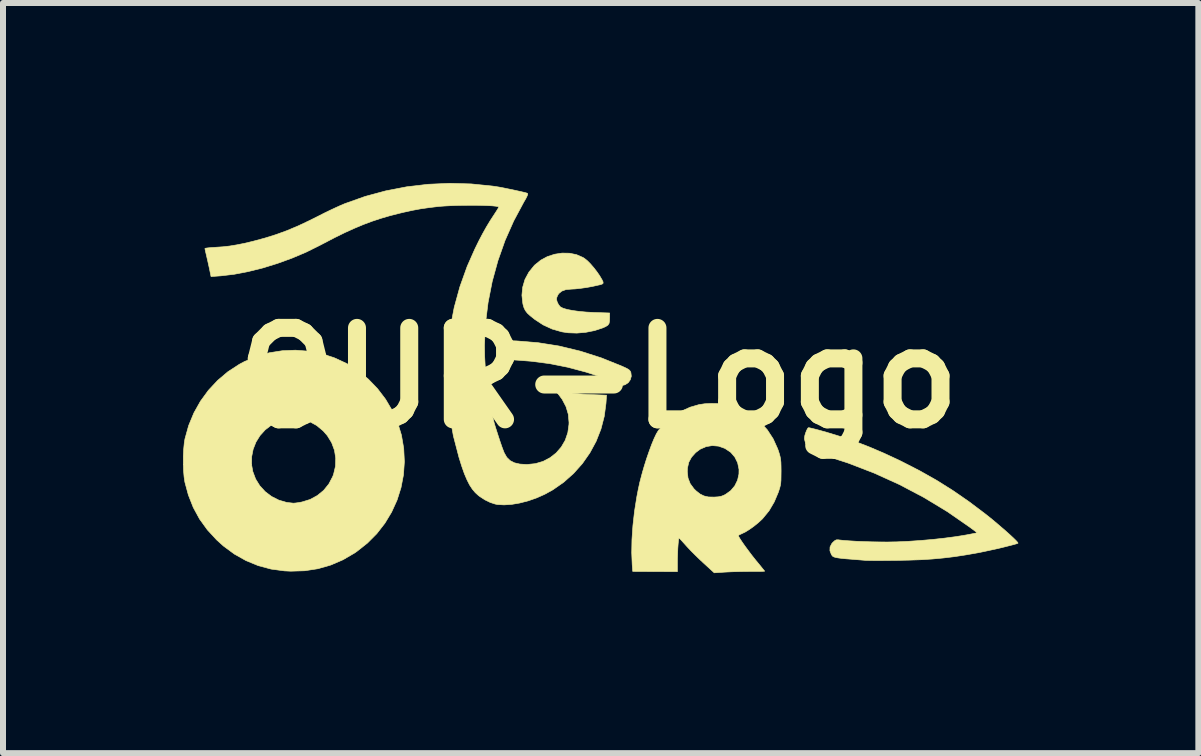
<source format=kicad_pcb>
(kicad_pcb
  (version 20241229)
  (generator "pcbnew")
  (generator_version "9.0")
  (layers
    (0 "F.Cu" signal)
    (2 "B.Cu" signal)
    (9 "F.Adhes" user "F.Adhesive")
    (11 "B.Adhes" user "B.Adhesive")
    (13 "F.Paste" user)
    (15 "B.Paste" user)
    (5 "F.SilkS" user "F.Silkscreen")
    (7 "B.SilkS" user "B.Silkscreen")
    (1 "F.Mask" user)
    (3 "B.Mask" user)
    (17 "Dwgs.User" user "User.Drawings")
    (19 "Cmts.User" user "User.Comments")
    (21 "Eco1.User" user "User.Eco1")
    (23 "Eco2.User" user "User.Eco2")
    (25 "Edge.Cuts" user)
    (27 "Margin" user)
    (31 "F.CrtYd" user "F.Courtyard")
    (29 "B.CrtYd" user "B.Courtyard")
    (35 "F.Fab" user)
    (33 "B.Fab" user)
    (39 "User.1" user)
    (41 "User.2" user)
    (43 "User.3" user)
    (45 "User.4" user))
  (footprint "OUR-Logo"
    (layer "F.Cu")
    (at 6.927 3.249)
    (property "Reference" "OUR-Logo" (at 0 0 0) (layer "F.SilkS") (effects (font (size 1.524 1.524) (thickness 0.3))))
    (attr through_hole)
    (fp_poly (pts (xy -1.365 -0.617) (xy -1.011 -0.588) (xy -0.658 -0.532) (xy -0.306 -0.447) (xy 0.044 -0.335) (xy 0.384 -0.198) (xy 0.446 -0.17) (xy 0.488 -0.148) (xy 0.513 -0.13) (xy 0.528 -0.111) (xy 0.537 -0.09) (xy 0.544 -0.029) (xy 0.527 0.03) (xy 0.492 0.079) (xy 0.442 0.112) (xy 0.416 0.12) (xy 0.379 0.121) (xy 0.353 0.113) (xy 0.324 0.098) (xy 0.273 0.076) (xy 0.206 0.049) (xy 0.127 0.019) (xy 0.041 -0.013) (xy -0.046 -0.044) (xy -0.13 -0.072) (xy -0.205 -0.096) (xy -0.212 -0.098) (xy -0.516 -0.179) (xy -0.818 -0.239) (xy -1.127 -0.279) (xy -1.346 -0.296) (xy -1.426 -0.301) (xy -1.498 -0.308) (xy -1.556 -0.314) (xy -1.596 -0.321) (xy -1.608 -0.324) (xy -1.643 -0.357) (xy -1.668 -0.407) (xy -1.679 -0.465) (xy -1.679 -0.473) (xy -1.674 -0.513) (xy -1.653 -0.549) (xy -1.629 -0.575) (xy -1.579 -0.625) (xy -1.365 -0.617)) (stroke (width 0.01) (type solid)) (fill yes) (layer "F.SilkS"))
    (fp_poly (pts (xy -0.486 -2.079) (xy -0.369 -2.055) (xy -0.261 -2.008) (xy -0.236 -1.992) (xy -0.191 -1.956) (xy -0.137 -1.902) (xy -0.081 -1.837) (xy -0.027 -1.767) (xy 0.019 -1.7) (xy 0.024 -1.691) (xy 0.056 -1.637) (xy 0.073 -1.601) (xy 0.074 -1.579) (xy 0.058 -1.565) (xy 0.024 -1.554) (xy -0.004 -1.548) (xy -0.098 -1.527) (xy -0.2 -1.508) (xy -0.3 -1.494) (xy -0.391 -1.484) (xy -0.452 -1.481) (xy -0.545 -1.473) (xy -0.616 -1.447) (xy -0.666 -1.405) (xy -0.684 -1.375) (xy -0.7 -1.336) (xy -0.702 -1.306) (xy -0.691 -1.267) (xy -0.69 -1.265) (xy -0.669 -1.222) (xy -0.641 -1.188) (xy -0.635 -1.183) (xy -0.591 -1.161) (xy -0.522 -1.141) (xy -0.433 -1.124) (xy -0.325 -1.109) (xy -0.204 -1.098) (xy -0.072 -1.091) (xy -0.067 -1.091) (xy 0.183 -1.083) (xy 0.183 -1.011) (xy 0.181 -0.949) (xy 0.173 -0.908) (xy 0.153 -0.88) (xy 0.116 -0.856) (xy 0.066 -0.834) (xy -0.068 -0.79) (xy -0.214 -0.761) (xy -0.364 -0.748) (xy -0.508 -0.753) (xy -0.614 -0.769) (xy -0.777 -0.816) (xy -0.926 -0.885) (xy -1.068 -0.978) (xy -1.072 -0.982) (xy -1.14 -1.036) (xy -1.189 -1.081) (xy -1.222 -1.124) (xy -1.244 -1.169) (xy -1.26 -1.223) (xy -1.264 -1.243) (xy -1.279 -1.379) (xy -1.266 -1.513) (xy -1.228 -1.642) (xy -1.163 -1.763) (xy -1.074 -1.873) (xy -1.063 -1.884) (xy -0.965 -1.963) (xy -0.854 -2.023) (xy -0.734 -2.062) (xy -0.61 -2.081) (xy -0.486 -2.079)) (stroke (width 0.01) (type solid)) (fill yes) (layer "F.SilkS"))
    (fp_poly (pts (xy -4.834 -0.446) (xy -4.619 -0.405) (xy -4.41 -0.338) (xy -4.21 -0.246) (xy -4.194 -0.238) (xy -4.009 -0.12) (xy -3.838 0.02) (xy -3.685 0.179) (xy -3.551 0.355) (xy -3.439 0.545) (xy -3.35 0.745) (xy -3.287 0.952) (xy -3.249 1.174) (xy -3.238 1.395) (xy -3.253 1.614) (xy -3.294 1.828) (xy -3.36 2.036) (xy -3.45 2.234) (xy -3.562 2.42) (xy -3.697 2.594) (xy -3.853 2.751) (xy -4.03 2.891) (xy -4.064 2.915) (xy -4.261 3.03) (xy -4.466 3.118) (xy -4.679 3.179) (xy -4.9 3.213) (xy -5.131 3.22) (xy -5.237 3.215) (xy -5.459 3.185) (xy -5.673 3.128) (xy -5.877 3.044) (xy -6.071 2.935) (xy -6.254 2.8) (xy -6.366 2.699) (xy -6.521 2.531) (xy -6.651 2.351) (xy -6.756 2.158) (xy -6.838 1.95) (xy -6.896 1.736) (xy -6.909 1.649) (xy -6.918 1.543) (xy -6.921 1.446) (xy -5.784 1.446) (xy -5.764 1.559) (xy -5.717 1.684) (xy -5.647 1.797) (xy -5.557 1.895) (xy -5.451 1.975) (xy -5.33 2.036) (xy -5.2 2.074) (xy -5.087 2.087) (xy -5.052 2.084) (xy -5 2.077) (xy -4.946 2.067) (xy -4.809 2.025) (xy -4.688 1.959) (xy -4.583 1.873) (xy -4.497 1.767) (xy -4.432 1.643) (xy -4.418 1.606) (xy -4.386 1.471) (xy -4.382 1.336) (xy -4.403 1.204) (xy -4.45 1.078) (xy -4.522 0.961) (xy -4.591 0.882) (xy -4.701 0.791) (xy -4.819 0.727) (xy -4.946 0.689) (xy -5.08 0.677) (xy -5.216 0.69) (xy -5.342 0.728) (xy -5.457 0.787) (xy -5.558 0.865) (xy -5.644 0.96) (xy -5.711 1.068) (xy -5.758 1.187) (xy -5.783 1.313) (xy -5.784 1.446) (xy -6.921 1.446) (xy -6.922 1.425) (xy -6.922 1.304) (xy -6.916 1.188) (xy -6.906 1.085) (xy -6.895 1.016) (xy -6.833 0.793) (xy -6.746 0.583) (xy -6.636 0.387) (xy -6.504 0.206) (xy -6.351 0.042) (xy -6.18 -0.103) (xy -5.99 -0.227) (xy -5.9 -0.275) (xy -5.698 -0.36) (xy -5.488 -0.42) (xy -5.272 -0.454) (xy -5.053 -0.463) (xy -4.834 -0.446)) (stroke (width 0.01) (type solid)) (fill yes) (layer "F.SilkS"))
    (fp_poly (pts (xy 3.511 0.83) (xy 3.551 0.839) (xy 3.608 0.853) (xy 3.68 0.872) (xy 3.761 0.895) (xy 3.768 0.896) (xy 4.031 0.976) (xy 4.278 1.06) (xy 4.516 1.152) (xy 4.757 1.255) (xy 5.008 1.372) (xy 5.045 1.39) (xy 5.351 1.547) (xy 5.636 1.708) (xy 5.908 1.879) (xy 6.174 2.063) (xy 6.442 2.265) (xy 6.48 2.295) (xy 6.558 2.358) (xy 6.637 2.424) (xy 6.715 2.491) (xy 6.789 2.555) (xy 6.855 2.614) (xy 6.911 2.666) (xy 6.954 2.708) (xy 6.981 2.738) (xy 6.989 2.752) (xy 6.989 2.753) (xy 6.971 2.761) (xy 6.929 2.773) (xy 6.869 2.789) (xy 6.794 2.808) (xy 6.71 2.829) (xy 6.619 2.85) (xy 6.527 2.87) (xy 6.439 2.889) (xy 6.358 2.906) (xy 6.322 2.913) (xy 6.117 2.949) (xy 5.928 2.978) (xy 5.745 3) (xy 5.563 3.017) (xy 5.374 3.029) (xy 5.17 3.036) (xy 4.967 3.04) (xy 4.854 3.041) (xy 4.747 3.042) (xy 4.65 3.042) (xy 4.568 3.042) (xy 4.504 3.041) (xy 4.462 3.04) (xy 4.452 3.04) (xy 4.315 3.029) (xy 4.203 3.02) (xy 4.113 3.013) (xy 4.044 3.006) (xy 3.991 2.999) (xy 3.953 2.992) (xy 3.925 2.984) (xy 3.907 2.976) (xy 3.894 2.965) (xy 3.885 2.952) (xy 3.879 2.944) (xy 3.854 2.879) (xy 3.856 2.817) (xy 3.886 2.759) (xy 3.902 2.741) (xy 3.935 2.711) (xy 3.961 2.698) (xy 3.993 2.697) (xy 4.013 2.7) (xy 4.088 2.708) (xy 4.186 2.715) (xy 4.301 2.722) (xy 4.426 2.727) (xy 4.557 2.731) (xy 4.687 2.733) (xy 4.811 2.734) (xy 4.924 2.732) (xy 4.952 2.732) (xy 5.153 2.723) (xy 5.359 2.709) (xy 5.566 2.691) (xy 5.767 2.669) (xy 5.956 2.644) (xy 6.127 2.616) (xy 6.242 2.594) (xy 6.31 2.58) (xy 6.185 2.487) (xy 5.81 2.227) (xy 5.418 1.99) (xy 5.01 1.775) (xy 4.586 1.583) (xy 4.149 1.415) (xy 3.74 1.283) (xy 3.654 1.256) (xy 3.585 1.231) (xy 3.537 1.209) (xy 3.516 1.196) (xy 3.477 1.146) (xy 3.446 1.082) (xy 3.43 1.018) (xy 3.43 1.002) (xy 3.435 0.963) (xy 3.449 0.916) (xy 3.467 0.871) (xy 3.485 0.838) (xy 3.495 0.829) (xy 3.511 0.83)) (stroke (width 0.01) (type solid)) (fill yes) (layer "F.SilkS"))
    (fp_poly (pts (xy 1.991 0.427) (xy 2.103 0.438) (xy 2.202 0.456) (xy 2.237 0.465) (xy 2.404 0.532) (xy 2.557 0.622) (xy 2.693 0.734) (xy 2.811 0.865) (xy 2.908 1.014) (xy 2.982 1.178) (xy 2.995 1.213) (xy 3.012 1.267) (xy 3.024 1.312) (xy 3.032 1.355) (xy 3.037 1.403) (xy 3.039 1.463) (xy 3.04 1.542) (xy 3.04 1.559) (xy 3.039 1.643) (xy 3.038 1.705) (xy 3.034 1.753) (xy 3.027 1.795) (xy 3.016 1.837) (xy 3 1.887) (xy 2.994 1.905) (xy 2.926 2.066) (xy 2.839 2.214) (xy 2.735 2.341) (xy 2.724 2.353) (xy 2.66 2.412) (xy 2.587 2.471) (xy 2.511 2.525) (xy 2.44 2.569) (xy 2.38 2.597) (xy 2.377 2.599) (xy 2.345 2.613) (xy 2.329 2.626) (xy 2.328 2.628) (xy 2.337 2.649) (xy 2.361 2.689) (xy 2.397 2.743) (xy 2.443 2.808) (xy 2.497 2.881) (xy 2.555 2.958) (xy 2.616 3.035) (xy 2.67 3.1) (xy 2.709 3.148) (xy 2.74 3.187) (xy 2.761 3.212) (xy 2.766 3.22) (xy 2.752 3.221) (xy 2.715 3.223) (xy 2.659 3.224) (xy 2.588 3.224) (xy 2.515 3.224) (xy 2.418 3.225) (xy 2.315 3.227) (xy 2.216 3.23) (xy 2.131 3.234) (xy 2.095 3.236) (xy 1.926 3.247) (xy 1.75 3.086) (xy 1.679 3.02) (xy 1.606 2.949) (xy 1.536 2.879) (xy 1.478 2.817) (xy 1.46 2.797) (xy 1.416 2.748) (xy 1.379 2.707) (xy 1.352 2.679) (xy 1.339 2.668) (xy 1.339 2.668) (xy 1.334 2.681) (xy 1.329 2.717) (xy 1.324 2.771) (xy 1.319 2.839) (xy 1.316 2.916) (xy 1.313 2.997) (xy 1.312 3.076) (xy 1.312 3.227) (xy 0.94 3.226) (xy 0.568 3.224) (xy 0.559 3.111) (xy 0.551 2.912) (xy 0.555 2.692) (xy 0.571 2.46) (xy 0.598 2.22) (xy 0.636 1.98) (xy 0.658 1.866) (xy 0.685 1.741) (xy 0.719 1.611) (xy 0.733 1.561) (xy 1.477 1.561) (xy 1.489 1.668) (xy 1.526 1.763) (xy 1.589 1.848) (xy 1.624 1.882) (xy 1.69 1.934) (xy 1.755 1.966) (xy 1.828 1.983) (xy 1.918 1.985) (xy 1.926 1.985) (xy 1.992 1.981) (xy 2.041 1.972) (xy 2.086 1.955) (xy 2.116 1.939) (xy 2.201 1.878) (xy 2.269 1.797) (xy 2.315 1.703) (xy 2.338 1.601) (xy 2.339 1.523) (xy 2.316 1.413) (xy 2.269 1.318) (xy 2.2 1.238) (xy 2.107 1.176) (xy 2.099 1.172) (xy 1.997 1.136) (xy 1.893 1.127) (xy 1.79 1.144) (xy 1.692 1.187) (xy 1.617 1.243) (xy 1.547 1.321) (xy 1.502 1.404) (xy 1.48 1.5) (xy 1.477 1.561) (xy 0.733 1.561) (xy 0.757 1.478) (xy 0.798 1.347) (xy 0.841 1.223) (xy 0.883 1.109) (xy 0.924 1.01) (xy 0.962 0.93) (xy 0.996 0.874) (xy 0.997 0.873) (xy 1.101 0.752) (xy 1.227 0.646) (xy 1.369 0.557) (xy 1.525 0.487) (xy 1.673 0.444) (xy 1.767 0.43) (xy 1.876 0.425) (xy 1.991 0.427)) (stroke (width 0.01) (type solid)) (fill yes) (layer "F.SilkS"))
    (fp_poly (pts (xy -2.124 -3.234) (xy -1.769 -3.198) (xy -1.714 -3.19) (xy -1.658 -3.181) (xy -1.589 -3.168) (xy -1.512 -3.152) (xy -1.433 -3.136) (xy -1.356 -3.119) (xy -1.288 -3.104) (xy -1.233 -3.091) (xy -1.197 -3.081) (xy -1.186 -3.076) (xy -1.182 -3.064) (xy -1.191 -3.036) (xy -1.214 -2.989) (xy -1.249 -2.929) (xy -1.416 -2.617) (xy -1.56 -2.292) (xy -1.679 -1.955) (xy -1.774 -1.609) (xy -1.843 -1.257) (xy -1.887 -0.901) (xy -1.903 -0.545) (xy -1.9 -0.36) (xy -1.887 -0.126) (xy -1.863 0.111) (xy -1.829 0.344) (xy -1.786 0.564) (xy -1.742 0.746) (xy -1.722 0.815) (xy -1.696 0.896) (xy -1.668 0.983) (xy -1.64 1.068) (xy -1.613 1.146) (xy -1.589 1.21) (xy -1.573 1.25) (xy -1.531 1.323) (xy -1.476 1.377) (xy -1.404 1.414) (xy -1.313 1.435) (xy -1.2 1.442) (xy -1.195 1.442) (xy -1.055 1.428) (xy -0.926 1.39) (xy -0.81 1.329) (xy -0.708 1.249) (xy -0.623 1.151) (xy -0.557 1.038) (xy -0.514 0.912) (xy -0.495 0.776) (xy -0.494 0.741) (xy -0.506 0.605) (xy -0.544 0.478) (xy -0.607 0.358) (xy -0.66 0.286) (xy -0.725 0.207) (xy -0.669 0.217) (xy -0.537 0.238) (xy -0.421 0.254) (xy -0.312 0.266) (xy -0.199 0.274) (xy -0.107 0.278) (xy 0.131 0.287) (xy 0.122 0.422) (xy 0.093 0.64) (xy 0.038 0.852) (xy -0.042 1.055) (xy -0.146 1.247) (xy -0.271 1.426) (xy -0.417 1.59) (xy -0.582 1.737) (xy -0.764 1.864) (xy -0.9 1.939) (xy -1.035 1.999) (xy -1.175 2.048) (xy -1.316 2.084) (xy -1.451 2.107) (xy -1.577 2.115) (xy -1.687 2.109) (xy -1.726 2.101) (xy -1.808 2.074) (xy -1.896 2.031) (xy -1.979 1.977) (xy -2.002 1.96) (xy -2.056 1.911) (xy -2.105 1.853) (xy -2.151 1.783) (xy -2.194 1.698) (xy -2.238 1.595) (xy -2.282 1.47) (xy -2.329 1.32) (xy -2.329 1.319) (xy -2.421 0.967) (xy -2.485 0.611) (xy -2.523 0.252) (xy -2.533 -0.108) (xy -2.518 -0.468) (xy -2.475 -0.824) (xy -2.407 -1.177) (xy -2.312 -1.522) (xy -2.191 -1.86) (xy -2.065 -2.145) (xy -1.997 -2.284) (xy -1.934 -2.404) (xy -1.873 -2.513) (xy -1.811 -2.616) (xy -1.748 -2.713) (xy -1.714 -2.765) (xy -1.686 -2.809) (xy -1.669 -2.839) (xy -1.665 -2.849) (xy -1.679 -2.857) (xy -1.717 -2.863) (xy -1.776 -2.869) (xy -1.852 -2.873) (xy -1.942 -2.876) (xy -2.042 -2.878) (xy -2.148 -2.878) (xy -2.258 -2.877) (xy -2.366 -2.875) (xy -2.47 -2.871) (xy -2.565 -2.866) (xy -2.649 -2.86) (xy -2.671 -2.858) (xy -2.827 -2.839) (xy -2.967 -2.819) (xy -3.101 -2.794) (xy -3.243 -2.763) (xy -3.323 -2.744) (xy -3.483 -2.703) (xy -3.633 -2.659) (xy -3.778 -2.611) (xy -3.922 -2.557) (xy -4.07 -2.495) (xy -4.227 -2.424) (xy -4.396 -2.341) (xy -4.582 -2.244) (xy -4.657 -2.205) (xy -4.877 -2.096) (xy -5.111 -1.997) (xy -5.353 -1.909) (xy -5.599 -1.833) (xy -5.841 -1.773) (xy -6.075 -1.728) (xy -6.295 -1.702) (xy -6.324 -1.7) (xy -6.46 -1.69) (xy -6.477 -1.773) (xy -6.487 -1.823) (xy -6.502 -1.89) (xy -6.518 -1.963) (xy -6.527 -2.001) (xy -6.541 -2.062) (xy -6.553 -2.113) (xy -6.56 -2.147) (xy -6.562 -2.158) (xy -6.548 -2.163) (xy -6.512 -2.168) (xy -6.459 -2.173) (xy -6.392 -2.177) (xy -6.382 -2.178) (xy -6.262 -2.186) (xy -6.148 -2.199) (xy -6.033 -2.218) (xy -5.907 -2.243) (xy -5.763 -2.277) (xy -5.756 -2.279) (xy -5.56 -2.332) (xy -5.375 -2.39) (xy -5.194 -2.456) (xy -5.011 -2.533) (xy -4.818 -2.624) (xy -4.672 -2.697) (xy -4.578 -2.745) (xy -4.479 -2.793) (xy -4.383 -2.838) (xy -4.297 -2.877) (xy -4.228 -2.906) (xy -4.225 -2.907) (xy -3.893 -3.025) (xy -3.549 -3.118) (xy -3.198 -3.186) (xy -2.841 -3.228) (xy -2.482 -3.244) (xy -2.124 -3.234)) (stroke (width 0.01) (type solid)) (fill yes) (layer "F.SilkS")))
  (gr_rect
    (start -3 -3)
    (end 16.921 9.501)
    (stroke (width 0.1) (type default))
    (fill no)
    (layer "Edge.Cuts")))
</source>
